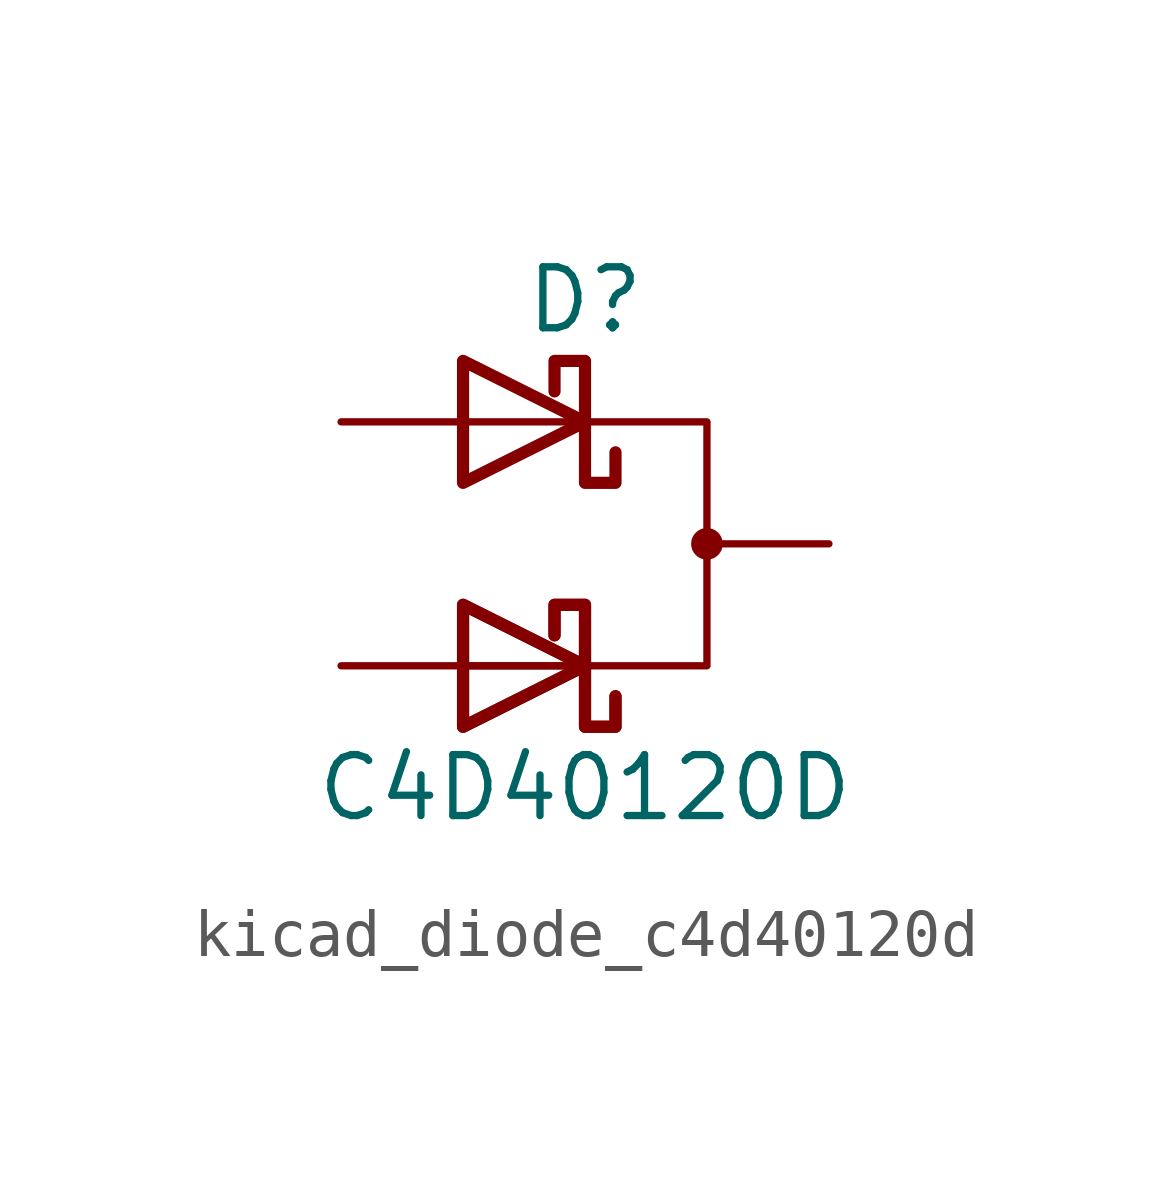
<source format=kicad_sym>
(kicad_symbol_lib
  (version 20220914)
  (generator kicad_symbol_editor)
  (symbol "kicad_diode_c4d40120d"
    (pin_numbers hide)
    (pin_names
      (offset 1.016) hide)
    (property "Reference" "D"
      (at 0 5.08 0)
      (effects (font (size 1.27 1.27))))
    (property "Value" "C4D40120D"
      (at 0 -5.08 0)
      (effects (font (size 1.27 1.27))))
    (symbol "kicad_diode_c4d40120d_0_1"
      (polyline (pts (xy -2.54 -2.54) (xy 0 -2.54)) (stroke (width 0) (type default)) (fill (type none)))
      (polyline (pts (xy -2.54 -2.54) (xy 0 -2.54)) (stroke (width 0) (type default)) (fill (type none)))
      (polyline (pts (xy -2.54 2.54) (xy 0 2.54)) (stroke (width 0) (type default)) (fill (type none)))
      (polyline (pts (xy -2.54 -3.81) (xy -2.54 -1.27) (xy 0 -2.54) (xy -2.54 -3.81)) (stroke (width 0.254) (type default)) (fill (type none)))
      (polyline (pts (xy -2.54 -3.81) (xy -2.54 -1.27) (xy 0 -2.54) (xy -2.54 -3.81)) (stroke (width 0.254) (type default)) (fill (type none)))
      (polyline (pts (xy -2.54 1.27) (xy -2.54 3.81) (xy 0 2.54) (xy -2.54 1.27)) (stroke (width 0.254) (type default)) (fill (type none)))
      (polyline (pts (xy 0 2.54) (xy 2.54 2.54) (xy 2.54 -2.54) (xy 0 -2.54)) (stroke (width 0) (type default)) (fill (type none)))
      (polyline (pts (xy 0.635 -3.175) (xy 0.635 -3.81) (xy 0 -3.81) (xy 0 -1.27) (xy -0.635 -1.27) (xy -0.635 -1.905)) (stroke (width 0.254) (type default)) (fill (type none)))
      (polyline (pts (xy 0.635 -3.175) (xy 0.635 -3.81) (xy 0 -3.81) (xy 0 -1.27) (xy -0.635 -1.27) (xy -0.635 -1.905)) (stroke (width 0.254) (type default)) (fill (type none)))
      (polyline (pts (xy 0.635 1.905) (xy 0.635 1.27) (xy 0 1.27) (xy 0 3.81) (xy -0.635 3.81) (xy -0.635 3.175)) (stroke (width 0.254) (type default)) (fill (type none)))
      (circle (center 2.54 0) (radius 0.254) (stroke (width 0) (type default)) (fill (type outline))))
    (symbol "kicad_diode_c4d40120d_1_1"
      (pin passive line (at -5.08 2.54 0) (length 2.54) (name "A1" (effects (font (size 1.27 1.27)))) (number "1" (effects (font (size 1.27 1.27)))))
      (pin passive line (at 5.08 0 180) (length 2.54) (name "K" (effects (font (size 1.27 1.27)))) (number "2" (effects (font (size 1.27 1.27)))))
      (pin passive line (at -5.08 -2.54 0) (length 2.54) (name "A2" (effects (font (size 1.27 1.27)))) (number "3" (effects (font (size 1.27 1.27))))))))
</source>
